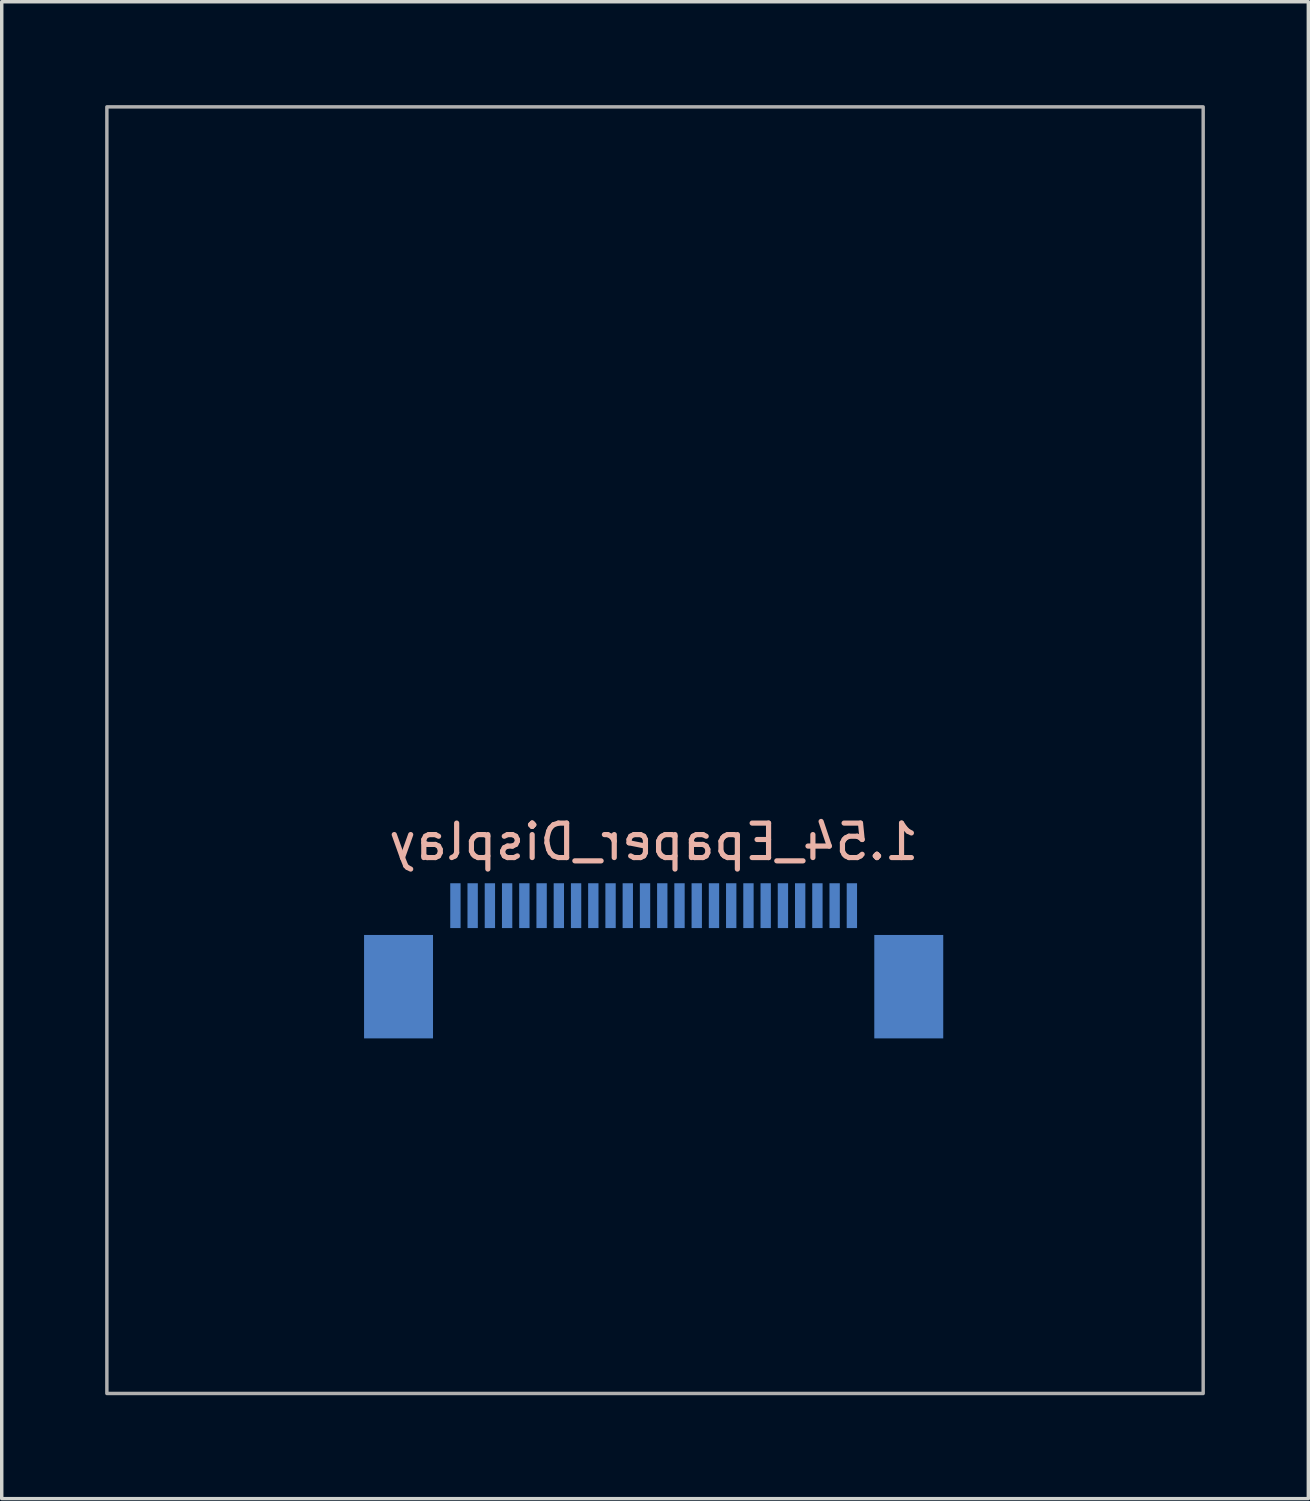
<source format=kicad_pcb>
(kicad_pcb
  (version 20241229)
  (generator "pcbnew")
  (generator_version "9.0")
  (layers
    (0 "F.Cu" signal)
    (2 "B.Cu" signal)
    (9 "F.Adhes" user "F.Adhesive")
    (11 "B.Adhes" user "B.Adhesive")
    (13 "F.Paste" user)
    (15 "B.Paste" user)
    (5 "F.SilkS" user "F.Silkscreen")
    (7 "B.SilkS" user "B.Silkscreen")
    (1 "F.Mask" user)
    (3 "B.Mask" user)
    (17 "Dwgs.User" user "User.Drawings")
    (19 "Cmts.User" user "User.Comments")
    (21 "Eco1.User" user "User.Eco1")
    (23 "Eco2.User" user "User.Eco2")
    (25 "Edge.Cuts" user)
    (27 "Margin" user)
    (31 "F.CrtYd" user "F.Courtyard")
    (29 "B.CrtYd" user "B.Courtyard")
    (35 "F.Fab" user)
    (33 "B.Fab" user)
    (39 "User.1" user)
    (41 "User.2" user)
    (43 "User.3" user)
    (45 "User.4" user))
  (footprint "1.54_Epaper_Display"
    (layer "F.Cu")
    (at 15.91 25.62)
    (property "Reference" "1.54_Epaper_Display" (at 0 -4.25 0) (layer "B.SilkS") (effects (font (size 1 1) (thickness 0.15)) (justify mirror)))
    (attr exclude_from_pos_files exclude_from_bom)
    (fp_poly (pts (xy 15.94 11.75) (xy -15.86 11.75) (xy -15.86 -25.57) (xy 15.94 -25.57)) (stroke (width 0.1) (type solid)) (fill no) (layer "F.Fab"))
    (pad "1" smd rect (at -5.75 -2.4) (size 0.3 1.3) (layers "B.Cu" "B.Mask" "B.Paste"))
    (pad "2" smd rect (at -5.25 -2.4) (size 0.3 1.3) (layers "B.Cu" "B.Mask" "B.Paste"))
    (pad "3" smd rect (at -4.75 -2.4) (size 0.3 1.3) (layers "B.Cu" "B.Mask" "B.Paste"))
    (pad "4" smd rect (at -4.25 -2.4) (size 0.3 1.3) (layers "B.Cu" "B.Mask" "B.Paste"))
    (pad "5" smd rect (at -3.75 -2.4) (size 0.3 1.3) (layers "B.Cu" "B.Mask" "B.Paste"))
    (pad "6" smd rect (at -3.25 -2.4) (size 0.3 1.3) (layers "B.Cu" "B.Mask" "B.Paste"))
    (pad "7" smd rect (at -2.75 -2.4) (size 0.3 1.3) (layers "B.Cu" "B.Mask" "B.Paste"))
    (pad "8" smd rect (at -2.25 -2.4) (size 0.3 1.3) (layers "B.Cu" "B.Mask" "B.Paste"))
    (pad "9" smd rect (at -1.75 -2.4) (size 0.3 1.3) (layers "B.Cu" "B.Mask" "B.Paste"))
    (pad "10" smd rect (at -1.25 -2.4) (size 0.3 1.3) (layers "B.Cu" "B.Mask" "B.Paste"))
    (pad "11" smd rect (at -0.75 -2.4) (size 0.3 1.3) (layers "B.Cu" "B.Mask" "B.Paste"))
    (pad "12" smd rect (at -0.25 -2.4) (size 0.3 1.3) (layers "B.Cu" "B.Mask" "B.Paste"))
    (pad "13" smd rect (at 0.25 -2.4) (size 0.3 1.3) (layers "B.Cu" "B.Mask" "B.Paste"))
    (pad "14" smd rect (at 0.75 -2.4) (size 0.3 1.3) (layers "B.Cu" "B.Mask" "B.Paste"))
    (pad "15" smd rect (at 1.25 -2.4) (size 0.3 1.3) (layers "B.Cu" "B.Mask" "B.Paste"))
    (pad "16" smd rect (at 1.75 -2.4) (size 0.3 1.3) (layers "B.Cu" "B.Mask" "B.Paste"))
    (pad "17" smd rect (at 2.25 -2.4) (size 0.3 1.3) (layers "B.Cu" "B.Mask" "B.Paste"))
    (pad "18" smd rect (at 2.75 -2.4) (size 0.3 1.3) (layers "B.Cu" "B.Mask" "B.Paste"))
    (pad "19" smd rect (at 3.25 -2.4) (size 0.3 1.3) (layers "B.Cu" "B.Mask" "B.Paste"))
    (pad "20" smd rect (at 3.75 -2.4) (size 0.3 1.3) (layers "B.Cu" "B.Mask" "B.Paste"))
    (pad "21" smd rect (at 4.25 -2.4) (size 0.3 1.3) (layers "B.Cu" "B.Mask" "B.Paste"))
    (pad "22" smd rect (at 4.75 -2.4) (size 0.3 1.3) (layers "B.Cu" "B.Mask" "B.Paste"))
    (pad "23" smd rect (at 5.25 -2.4) (size 0.3 1.3) (layers "B.Cu" "B.Mask" "B.Paste"))
    (pad "24" smd rect (at 5.75 -2.4) (size 0.3 1.3) (layers "B.Cu" "B.Mask" "B.Paste"))
    (pad "M" smd rect (at -7.4 -0.05) (size 2 3) (layers "B.Cu" "B.Mask" "B.Paste"))
    (pad "M" smd rect (at 7.4 -0.05) (size 2 3) (layers "B.Cu" "B.Mask" "B.Paste")))
  (gr_rect
    (start -3 -3)
    (end 34.9 40.42)
    (stroke (width 0.1) (type default))
    (fill no)
    (layer "Edge.Cuts")))
</source>
